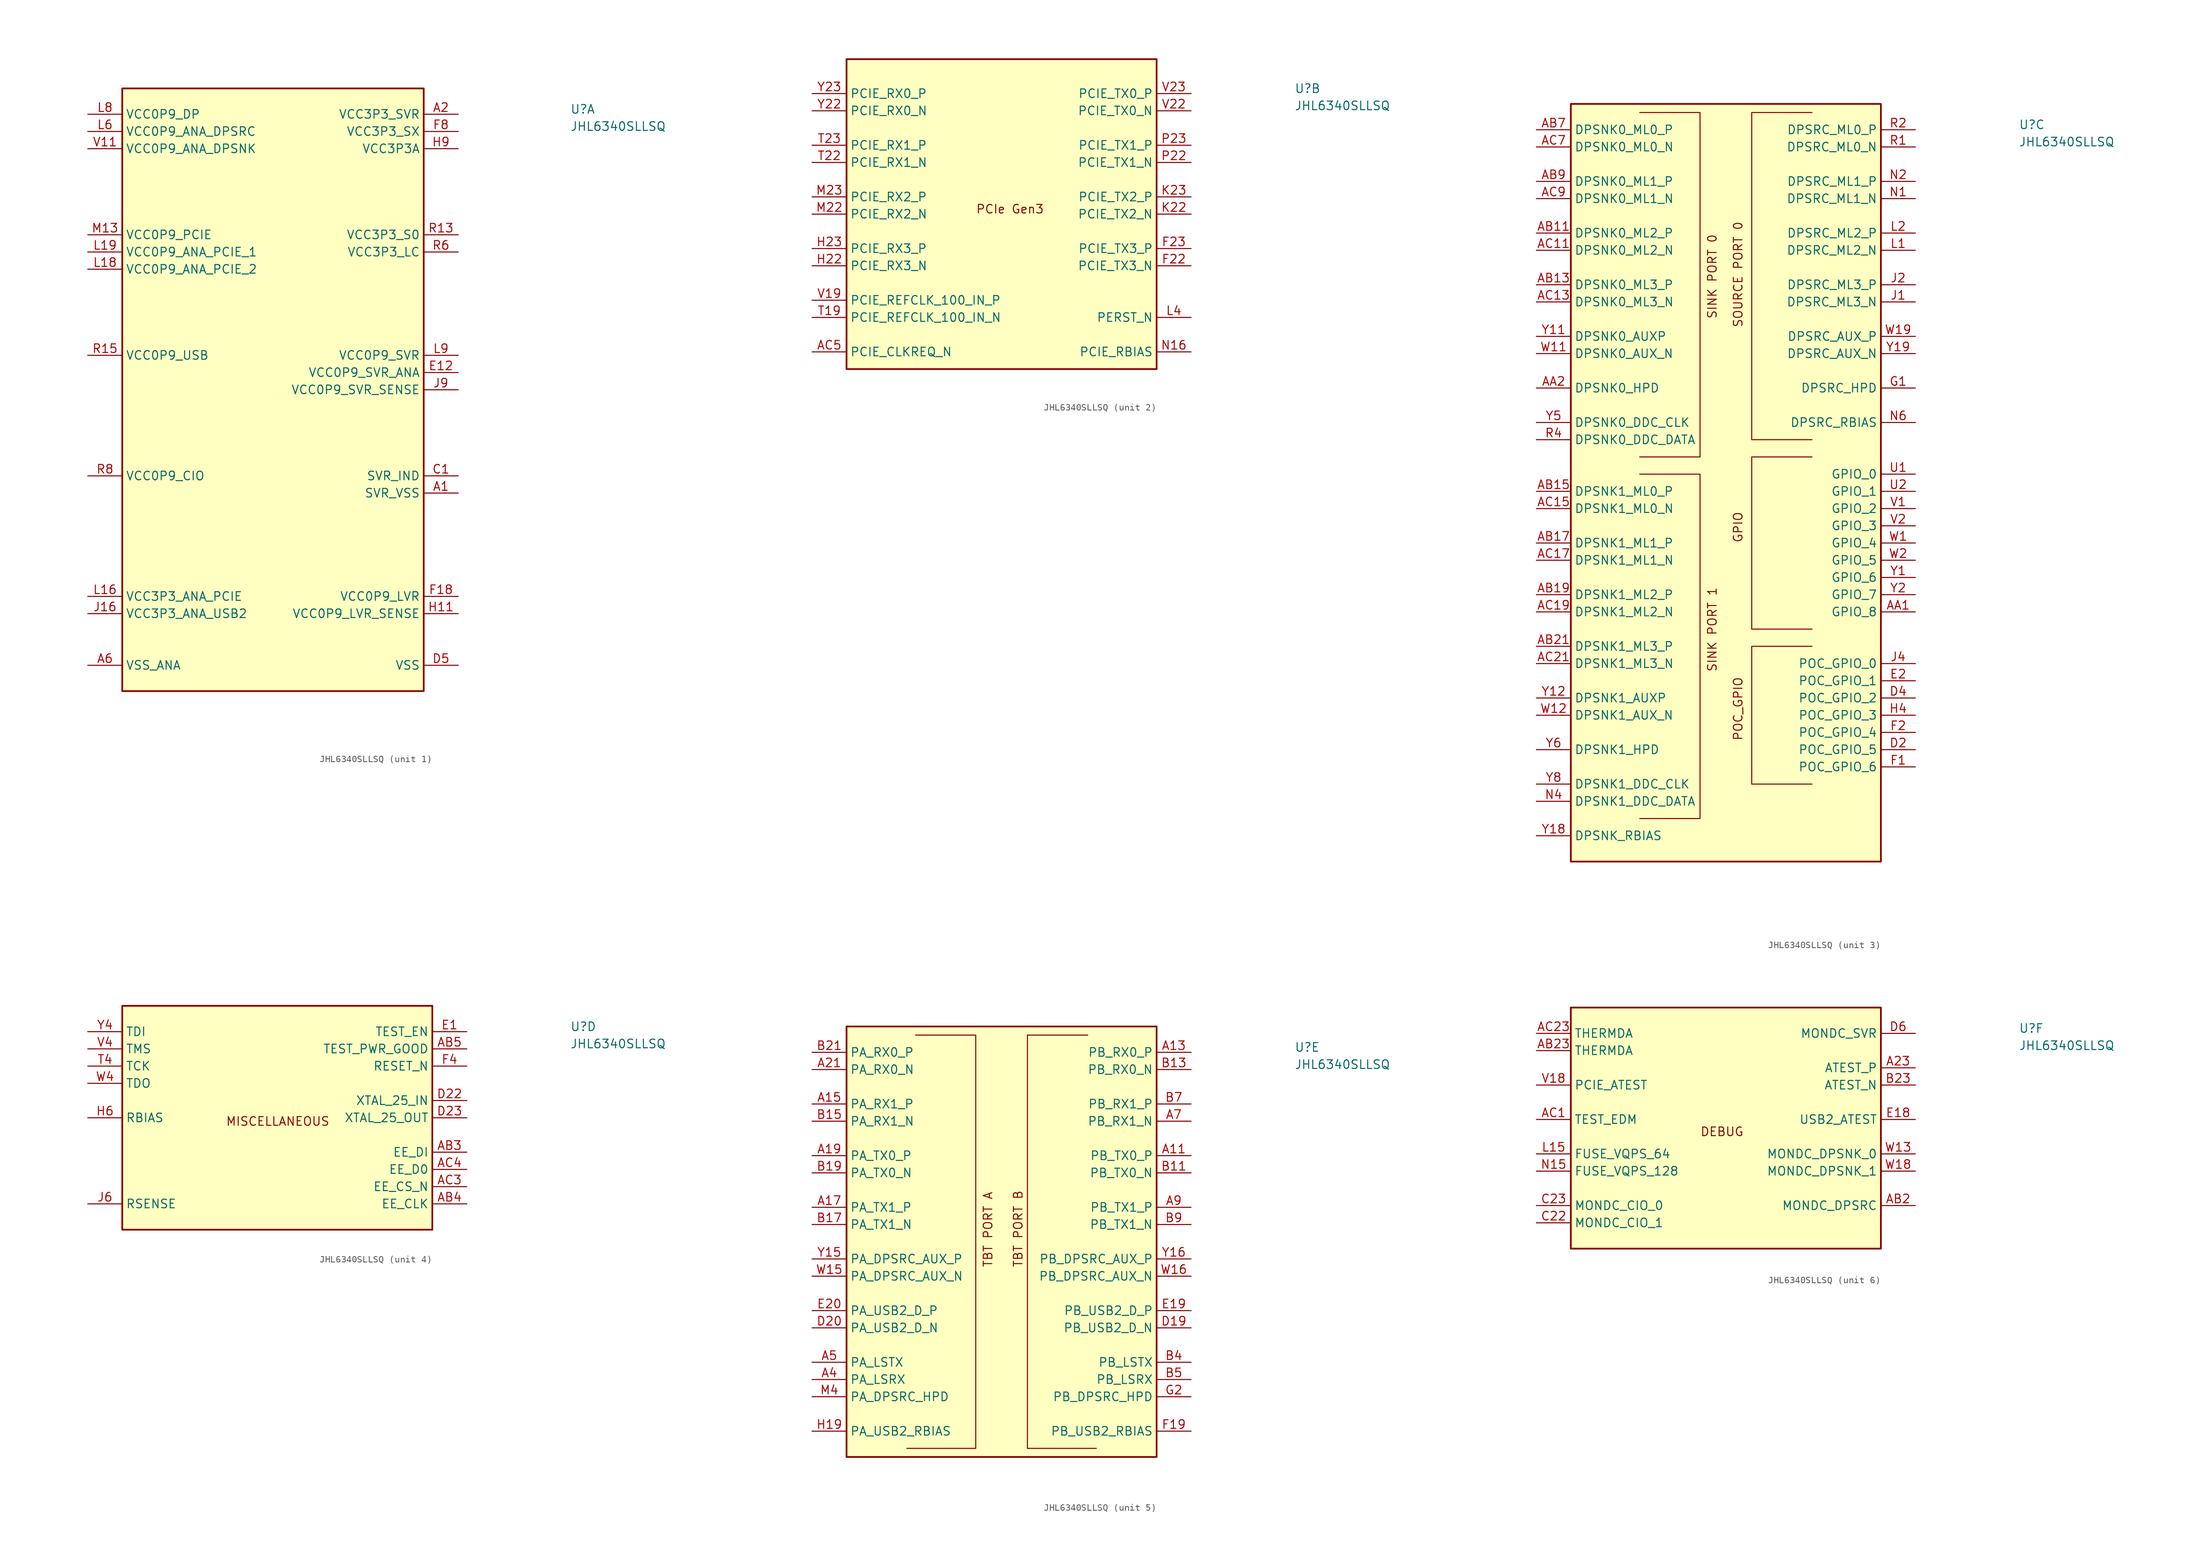
<source format=kicad_sym>
(kicad_symbol_lib
  (version 20211014)
  (generator kicad_symbol_editor)
  (symbol "JHL6340SLLSQ"
    (property "Reference" "U"
      (at 71.12 0 0)
      (effects (font (size 1.27 1.27) (thickness 0.15)) (justify left bottom)))
    (property "Value" "JHL6340SLLSQ"
      (at 71.12 -2.54 0)
      (effects (font (size 1.27 1.27) (thickness 0.15)) (justify left bottom)))
    (property "ki_locked" ""
      (at 0 0 0)
      (effects (font (size 1.27 1.27))))
    (symbol "JHL6340SLLSQ_1_0"
      (rectangle (start 5.08 3.81) (end 49.53 -85.09) (stroke (width 0.254) (type default) (color 0 0 0 0)) (fill (type background))))
    (symbol "JHL6340SLLSQ_1_1"
      (pin power_in line (at 54.61 -55.88 180) (length 5.08) (name "SVR_VSS" (effects (font (size 1.27 1.27)))) (number "A1" (effects (font (size 1.27 1.27)))))
      (pin passive line (at 0 -81.28 0) (length 5.08) hide (name "VSS_ANA" (effects (font (size 1.27 1.27)))) (number "A10" (effects (font (size 1.27 1.27)))))
      (pin passive line (at 0 -81.28 0) (length 5.08) hide (name "VSS_ANA" (effects (font (size 1.27 1.27)))) (number "A12" (effects (font (size 1.27 1.27)))))
      (pin passive line (at 0 -81.28 0) (length 5.08) hide (name "VSS_ANA" (effects (font (size 1.27 1.27)))) (number "A14" (effects (font (size 1.27 1.27)))))
      (pin passive line (at 0 -81.28 0) (length 5.08) hide (name "VSS_ANA" (effects (font (size 1.27 1.27)))) (number "A16" (effects (font (size 1.27 1.27)))))
      (pin passive line (at 0 -81.28 0) (length 5.08) hide (name "VSS_ANA" (effects (font (size 1.27 1.27)))) (number "A18" (effects (font (size 1.27 1.27)))))
      (pin power_in line (at 54.61 0 180) (length 5.08) (name "VCC3P3_SVR" (effects (font (size 1.27 1.27)))) (number "A2" (effects (font (size 1.27 1.27)))))
      (pin passive line (at 0 -81.28 0) (length 5.08) hide (name "VSS_ANA" (effects (font (size 1.27 1.27)))) (number "A20" (effects (font (size 1.27 1.27)))))
      (pin passive line (at 0 -81.28 0) (length 5.08) hide (name "VSS_ANA" (effects (font (size 1.27 1.27)))) (number "A22" (effects (font (size 1.27 1.27)))))
      (pin power_in line (at 54.61 0 180) (length 5.08) hide (name "VCC3P3_SVR" (effects (font (size 1.27 1.27)))) (number "A3" (effects (font (size 1.27 1.27)))))
      (pin power_in line (at 0 -81.28 0) (length 5.08) (name "VSS_ANA" (effects (font (size 1.27 1.27)))) (number "A6" (effects (font (size 1.27 1.27)))))
      (pin passive line (at 0 -81.28 0) (length 5.08) hide (name "VSS_ANA" (effects (font (size 1.27 1.27)))) (number "A8" (effects (font (size 1.27 1.27)))))
      (pin passive line (at 0 -81.28 0) (length 5.08) hide (name "VSS_ANA" (effects (font (size 1.27 1.27)))) (number "AA22" (effects (font (size 1.27 1.27)))))
      (pin passive line (at 0 -81.28 0) (length 5.08) hide (name "VSS_ANA" (effects (font (size 1.27 1.27)))) (number "AA23" (effects (font (size 1.27 1.27)))))
      (pin passive line (at 54.61 -81.28 180) (length 5.08) hide (name "VSS" (effects (font (size 1.27 1.27)))) (number "AB1" (effects (font (size 1.27 1.27)))))
      (pin passive line (at 0 -81.28 0) (length 5.08) hide (name "VSS_ANA" (effects (font (size 1.27 1.27)))) (number "AB10" (effects (font (size 1.27 1.27)))))
      (pin passive line (at 0 -81.28 0) (length 5.08) hide (name "VSS_ANA" (effects (font (size 1.27 1.27)))) (number "AB12" (effects (font (size 1.27 1.27)))))
      (pin passive line (at 0 -81.28 0) (length 5.08) hide (name "VSS_ANA" (effects (font (size 1.27 1.27)))) (number "AB14" (effects (font (size 1.27 1.27)))))
      (pin passive line (at 0 -81.28 0) (length 5.08) hide (name "VSS_ANA" (effects (font (size 1.27 1.27)))) (number "AB16" (effects (font (size 1.27 1.27)))))
      (pin passive line (at 0 -81.28 0) (length 5.08) hide (name "VSS_ANA" (effects (font (size 1.27 1.27)))) (number "AB18" (effects (font (size 1.27 1.27)))))
      (pin passive line (at 0 -81.28 0) (length 5.08) hide (name "VSS_ANA" (effects (font (size 1.27 1.27)))) (number "AB20" (effects (font (size 1.27 1.27)))))
      (pin passive line (at 0 -81.28 0) (length 5.08) hide (name "VSS_ANA" (effects (font (size 1.27 1.27)))) (number "AB22" (effects (font (size 1.27 1.27)))))
      (pin passive line (at 0 -81.28 0) (length 5.08) hide (name "VSS_ANA" (effects (font (size 1.27 1.27)))) (number "AB6" (effects (font (size 1.27 1.27)))))
      (pin passive line (at 0 -81.28 0) (length 5.08) hide (name "VSS_ANA" (effects (font (size 1.27 1.27)))) (number "AB8" (effects (font (size 1.27 1.27)))))
      (pin passive line (at 0 -81.28 0) (length 5.08) hide (name "VSS_ANA" (effects (font (size 1.27 1.27)))) (number "AC10" (effects (font (size 1.27 1.27)))))
      (pin passive line (at 0 -81.28 0) (length 5.08) hide (name "VSS_ANA" (effects (font (size 1.27 1.27)))) (number "AC12" (effects (font (size 1.27 1.27)))))
      (pin passive line (at 0 -81.28 0) (length 5.08) hide (name "VSS_ANA" (effects (font (size 1.27 1.27)))) (number "AC14" (effects (font (size 1.27 1.27)))))
      (pin passive line (at 0 -81.28 0) (length 5.08) hide (name "VSS_ANA" (effects (font (size 1.27 1.27)))) (number "AC16" (effects (font (size 1.27 1.27)))))
      (pin passive line (at 0 -81.28 0) (length 5.08) hide (name "VSS_ANA" (effects (font (size 1.27 1.27)))) (number "AC18" (effects (font (size 1.27 1.27)))))
      (pin passive line (at 54.61 -81.28 180) (length 5.08) hide (name "VSS" (effects (font (size 1.27 1.27)))) (number "AC2" (effects (font (size 1.27 1.27)))))
      (pin passive line (at 0 -81.28 0) (length 5.08) hide (name "VSS_ANA" (effects (font (size 1.27 1.27)))) (number "AC20" (effects (font (size 1.27 1.27)))))
      (pin passive line (at 0 -81.28 0) (length 5.08) hide (name "VSS_ANA" (effects (font (size 1.27 1.27)))) (number "AC22" (effects (font (size 1.27 1.27)))))
      (pin passive line (at 0 -81.28 0) (length 5.08) hide (name "VSS_ANA" (effects (font (size 1.27 1.27)))) (number "AC6" (effects (font (size 1.27 1.27)))))
      (pin passive line (at 0 -81.28 0) (length 5.08) hide (name "VSS_ANA" (effects (font (size 1.27 1.27)))) (number "AC8" (effects (font (size 1.27 1.27)))))
      (pin power_in line (at 54.61 -55.88 180) (length 5.08) hide (name "SVR_VSS" (effects (font (size 1.27 1.27)))) (number "B1" (effects (font (size 1.27 1.27)))))
      (pin passive line (at 0 -81.28 0) (length 5.08) hide (name "VSS_ANA" (effects (font (size 1.27 1.27)))) (number "B10" (effects (font (size 1.27 1.27)))))
      (pin passive line (at 0 -81.28 0) (length 5.08) hide (name "VSS_ANA" (effects (font (size 1.27 1.27)))) (number "B12" (effects (font (size 1.27 1.27)))))
      (pin passive line (at 0 -81.28 0) (length 5.08) hide (name "VSS_ANA" (effects (font (size 1.27 1.27)))) (number "B14" (effects (font (size 1.27 1.27)))))
      (pin passive line (at 0 -81.28 0) (length 5.08) hide (name "VSS_ANA" (effects (font (size 1.27 1.27)))) (number "B16" (effects (font (size 1.27 1.27)))))
      (pin passive line (at 0 -81.28 0) (length 5.08) hide (name "VSS_ANA" (effects (font (size 1.27 1.27)))) (number "B18" (effects (font (size 1.27 1.27)))))
      (pin power_in line (at 54.61 -55.88 180) (length 5.08) hide (name "SVR_VSS" (effects (font (size 1.27 1.27)))) (number "B2" (effects (font (size 1.27 1.27)))))
      (pin passive line (at 0 -81.28 0) (length 5.08) hide (name "VSS_ANA" (effects (font (size 1.27 1.27)))) (number "B20" (effects (font (size 1.27 1.27)))))
      (pin passive line (at 0 -81.28 0) (length 5.08) hide (name "VSS_ANA" (effects (font (size 1.27 1.27)))) (number "B22" (effects (font (size 1.27 1.27)))))
      (pin power_in line (at 54.61 0 180) (length 5.08) hide (name "VCC3P3_SVR" (effects (font (size 1.27 1.27)))) (number "B3" (effects (font (size 1.27 1.27)))))
      (pin passive line (at 0 -81.28 0) (length 5.08) hide (name "VSS_ANA" (effects (font (size 1.27 1.27)))) (number "B6" (effects (font (size 1.27 1.27)))))
      (pin passive line (at 0 -81.28 0) (length 5.08) hide (name "VSS_ANA" (effects (font (size 1.27 1.27)))) (number "B8" (effects (font (size 1.27 1.27)))))
      (pin power_out line (at 54.61 -53.34 180) (length 5.08) (name "SVR_IND" (effects (font (size 1.27 1.27)))) (number "C1" (effects (font (size 1.27 1.27)))))
      (pin power_out line (at 54.61 -53.34 180) (length 5.08) hide (name "SVR_IND" (effects (font (size 1.27 1.27)))) (number "C2" (effects (font (size 1.27 1.27)))))
      (pin power_out line (at 54.61 -53.34 180) (length 5.08) hide (name "SVR_IND" (effects (font (size 1.27 1.27)))) (number "D1" (effects (font (size 1.27 1.27)))))
      (pin passive line (at 0 -81.28 0) (length 5.08) hide (name "VSS_ANA" (effects (font (size 1.27 1.27)))) (number "D11" (effects (font (size 1.27 1.27)))))
      (pin passive line (at 0 -81.28 0) (length 5.08) hide (name "VSS_ANA" (effects (font (size 1.27 1.27)))) (number "D12" (effects (font (size 1.27 1.27)))))
      (pin passive line (at 0 -81.28 0) (length 5.08) hide (name "VSS_ANA" (effects (font (size 1.27 1.27)))) (number "D13" (effects (font (size 1.27 1.27)))))
      (pin passive line (at 0 -81.28 0) (length 5.08) hide (name "VSS_ANA" (effects (font (size 1.27 1.27)))) (number "D15" (effects (font (size 1.27 1.27)))))
      (pin passive line (at 0 -81.28 0) (length 5.08) hide (name "VSS_ANA" (effects (font (size 1.27 1.27)))) (number "D16" (effects (font (size 1.27 1.27)))))
      (pin passive line (at 0 -81.28 0) (length 5.08) hide (name "VSS_ANA" (effects (font (size 1.27 1.27)))) (number "D18" (effects (font (size 1.27 1.27)))))
      (pin power_in line (at 54.61 -81.28 180) (length 5.08) (name "VSS" (effects (font (size 1.27 1.27)))) (number "D5" (effects (font (size 1.27 1.27)))))
      (pin passive line (at 0 -81.28 0) (length 5.08) hide (name "VSS_ANA" (effects (font (size 1.27 1.27)))) (number "D8" (effects (font (size 1.27 1.27)))))
      (pin passive line (at 0 -81.28 0) (length 5.08) hide (name "VSS_ANA" (effects (font (size 1.27 1.27)))) (number "D9" (effects (font (size 1.27 1.27)))))
      (pin passive line (at 0 -81.28 0) (length 5.08) hide (name "VSS_ANA" (effects (font (size 1.27 1.27)))) (number "E11" (effects (font (size 1.27 1.27)))))
      (pin power_in line (at 54.61 -38.1 180) (length 5.08) (name "VCC0P9_SVR_ANA" (effects (font (size 1.27 1.27)))) (number "E12" (effects (font (size 1.27 1.27)))))
      (pin power_in line (at 54.61 -38.1 180) (length 5.08) hide (name "VCC0P9_SVR_ANA" (effects (font (size 1.27 1.27)))) (number "E13" (effects (font (size 1.27 1.27)))))
      (pin passive line (at 0 -81.28 0) (length 5.08) hide (name "VSS_ANA" (effects (font (size 1.27 1.27)))) (number "E15" (effects (font (size 1.27 1.27)))))
      (pin passive line (at 0 -81.28 0) (length 5.08) hide (name "VSS_ANA" (effects (font (size 1.27 1.27)))) (number "E16" (effects (font (size 1.27 1.27)))))
      (pin passive line (at 0 -81.28 0) (length 5.08) hide (name "VSS_ANA" (effects (font (size 1.27 1.27)))) (number "E22" (effects (font (size 1.27 1.27)))))
      (pin passive line (at 0 -81.28 0) (length 5.08) hide (name "VSS_ANA" (effects (font (size 1.27 1.27)))) (number "E23" (effects (font (size 1.27 1.27)))))
      (pin passive line (at 54.61 -81.28 180) (length 5.08) hide (name "VSS" (effects (font (size 1.27 1.27)))) (number "E4" (effects (font (size 1.27 1.27)))))
      (pin passive line (at 54.61 -81.28 180) (length 5.08) hide (name "VSS" (effects (font (size 1.27 1.27)))) (number "E5" (effects (font (size 1.27 1.27)))))
      (pin passive line (at 54.61 -81.28 180) (length 5.08) hide (name "VSS" (effects (font (size 1.27 1.27)))) (number "E6" (effects (font (size 1.27 1.27)))))
      (pin passive line (at 0 -81.28 0) (length 5.08) hide (name "VSS_ANA" (effects (font (size 1.27 1.27)))) (number "E8" (effects (font (size 1.27 1.27)))))
      (pin passive line (at 0 -81.28 0) (length 5.08) hide (name "VSS_ANA" (effects (font (size 1.27 1.27)))) (number "E9" (effects (font (size 1.27 1.27)))))
      (pin power_in line (at 54.61 -38.1 180) (length 5.08) hide (name "VCC0P9_SVR_ANA" (effects (font (size 1.27 1.27)))) (number "F11" (effects (font (size 1.27 1.27)))))
      (pin power_in line (at 54.61 -38.1 180) (length 5.08) hide (name "VCC0P9_SVR_ANA" (effects (font (size 1.27 1.27)))) (number "F12" (effects (font (size 1.27 1.27)))))
      (pin power_in line (at 54.61 -38.1 180) (length 5.08) hide (name "VCC0P9_SVR_ANA" (effects (font (size 1.27 1.27)))) (number "F13" (effects (font (size 1.27 1.27)))))
      (pin power_in line (at 54.61 -38.1 180) (length 5.08) hide (name "VCC0P9_SVR_ANA" (effects (font (size 1.27 1.27)))) (number "F15" (effects (font (size 1.27 1.27)))))
      (pin passive line (at 0 -81.28 0) (length 5.08) hide (name "VSS_ANA" (effects (font (size 1.27 1.27)))) (number "F16" (effects (font (size 1.27 1.27)))))
      (pin power_in line (at 54.61 -71.12 180) (length 5.08) (name "VCC0P9_LVR" (effects (font (size 1.27 1.27)))) (number "F18" (effects (font (size 1.27 1.27)))))
      (pin passive line (at 0 -81.28 0) (length 5.08) hide (name "VSS_ANA" (effects (font (size 1.27 1.27)))) (number "F20" (effects (font (size 1.27 1.27)))))
      (pin passive line (at 54.61 -81.28 180) (length 5.08) hide (name "VSS" (effects (font (size 1.27 1.27)))) (number "F5" (effects (font (size 1.27 1.27)))))
      (pin passive line (at 54.61 -81.28 180) (length 5.08) hide (name "VSS" (effects (font (size 1.27 1.27)))) (number "F6" (effects (font (size 1.27 1.27)))))
      (pin power_in line (at 54.61 -2.54 180) (length 5.08) (name "VCC3P3_SX" (effects (font (size 1.27 1.27)))) (number "F8" (effects (font (size 1.27 1.27)))))
      (pin passive line (at 0 -81.28 0) (length 5.08) hide (name "VSS_ANA" (effects (font (size 1.27 1.27)))) (number "F9" (effects (font (size 1.27 1.27)))))
      (pin passive line (at 0 -81.28 0) (length 5.08) hide (name "VSS_ANA" (effects (font (size 1.27 1.27)))) (number "G22" (effects (font (size 1.27 1.27)))))
      (pin passive line (at 0 -81.28 0) (length 5.08) hide (name "VSS_ANA" (effects (font (size 1.27 1.27)))) (number "G23" (effects (font (size 1.27 1.27)))))
      (pin passive line (at 0 -81.28 0) (length 5.08) hide (name "VSS_ANA" (effects (font (size 1.27 1.27)))) (number "H1" (effects (font (size 1.27 1.27)))))
      (pin power_in line (at 54.61 -73.66 180) (length 5.08) (name "VCC0P9_LVR_SENSE" (effects (font (size 1.27 1.27)))) (number "H11" (effects (font (size 1.27 1.27)))))
      (pin passive line (at 0 -81.28 0) (length 5.08) hide (name "VSS_ANA" (effects (font (size 1.27 1.27)))) (number "H12" (effects (font (size 1.27 1.27)))))
      (pin passive line (at 0 -81.28 0) (length 5.08) hide (name "VSS_ANA" (effects (font (size 1.27 1.27)))) (number "H13" (effects (font (size 1.27 1.27)))))
      (pin passive line (at 0 -81.28 0) (length 5.08) hide (name "VSS_ANA" (effects (font (size 1.27 1.27)))) (number "H15" (effects (font (size 1.27 1.27)))))
      (pin passive line (at 0 -81.28 0) (length 5.08) hide (name "VSS_ANA" (effects (font (size 1.27 1.27)))) (number "H16" (effects (font (size 1.27 1.27)))))
      (pin power_in line (at 54.61 -71.12 180) (length 5.08) hide (name "VCC0P9_LVR" (effects (font (size 1.27 1.27)))) (number "H18" (effects (font (size 1.27 1.27)))))
      (pin passive line (at 0 -81.28 0) (length 5.08) hide (name "VSS_ANA" (effects (font (size 1.27 1.27)))) (number "H2" (effects (font (size 1.27 1.27)))))
      (pin passive line (at 0 -81.28 0) (length 5.08) hide (name "VSS_ANA" (effects (font (size 1.27 1.27)))) (number "H20" (effects (font (size 1.27 1.27)))))
      (pin passive line (at 54.61 -81.28 180) (length 5.08) hide (name "VSS" (effects (font (size 1.27 1.27)))) (number "H5" (effects (font (size 1.27 1.27)))))
      (pin passive line (at 54.61 -81.28 180) (length 5.08) hide (name "VSS" (effects (font (size 1.27 1.27)))) (number "H8" (effects (font (size 1.27 1.27)))))
      (pin power_in line (at 54.61 -5.08 180) (length 5.08) (name "VCC3P3A" (effects (font (size 1.27 1.27)))) (number "H9" (effects (font (size 1.27 1.27)))))
      (pin power_in line (at 54.61 -71.12 180) (length 5.08) hide (name "VCC0P9_LVR" (effects (font (size 1.27 1.27)))) (number "J11" (effects (font (size 1.27 1.27)))))
      (pin passive line (at 54.61 -81.28 180) (length 5.08) hide (name "VSS" (effects (font (size 1.27 1.27)))) (number "J12" (effects (font (size 1.27 1.27)))))
      (pin passive line (at 54.61 -81.28 180) (length 5.08) hide (name "VSS" (effects (font (size 1.27 1.27)))) (number "J13" (effects (font (size 1.27 1.27)))))
      (pin passive line (at 54.61 -81.28 180) (length 5.08) hide (name "VSS" (effects (font (size 1.27 1.27)))) (number "J15" (effects (font (size 1.27 1.27)))))
      (pin power_in line (at 0 -73.66 0) (length 5.08) (name "VCC3P3_ANA_USB2" (effects (font (size 1.27 1.27)))) (number "J16" (effects (font (size 1.27 1.27)))))
      (pin passive line (at 0 -81.28 0) (length 5.08) hide (name "VSS_ANA" (effects (font (size 1.27 1.27)))) (number "J18" (effects (font (size 1.27 1.27)))))
      (pin passive line (at 0 -81.28 0) (length 5.08) hide (name "VSS_ANA" (effects (font (size 1.27 1.27)))) (number "J19" (effects (font (size 1.27 1.27)))))
      (pin passive line (at 0 -81.28 0) (length 5.08) hide (name "VSS_ANA" (effects (font (size 1.27 1.27)))) (number "J20" (effects (font (size 1.27 1.27)))))
      (pin passive line (at 0 -81.28 0) (length 5.08) hide (name "VSS_ANA" (effects (font (size 1.27 1.27)))) (number "J22" (effects (font (size 1.27 1.27)))))
      (pin passive line (at 0 -81.28 0) (length 5.08) hide (name "VSS_ANA" (effects (font (size 1.27 1.27)))) (number "J23" (effects (font (size 1.27 1.27)))))
      (pin passive line (at 0 -81.28 0) (length 5.08) hide (name "VSS_ANA" (effects (font (size 1.27 1.27)))) (number "J5" (effects (font (size 1.27 1.27)))))
      (pin passive line (at 54.61 -81.28 180) (length 5.08) hide (name "VSS" (effects (font (size 1.27 1.27)))) (number "J8" (effects (font (size 1.27 1.27)))))
      (pin power_in line (at 54.61 -40.64 180) (length 5.08) (name "VCC0P9_SVR_SENSE" (effects (font (size 1.27 1.27)))) (number "J9" (effects (font (size 1.27 1.27)))))
      (pin passive line (at 0 -81.28 0) (length 5.08) hide (name "VSS_ANA" (effects (font (size 1.27 1.27)))) (number "K1" (effects (font (size 1.27 1.27)))))
      (pin passive line (at 0 -81.28 0) (length 5.08) hide (name "VSS_ANA" (effects (font (size 1.27 1.27)))) (number "K2" (effects (font (size 1.27 1.27)))))
      (pin power_in line (at 0 0 0) (length 5.08) hide (name "VCC0P9_DP" (effects (font (size 1.27 1.27)))) (number "L11" (effects (font (size 1.27 1.27)))))
      (pin power_in line (at 0 0 0) (length 5.08) hide (name "VCC0P9_DP" (effects (font (size 1.27 1.27)))) (number "L12" (effects (font (size 1.27 1.27)))))
      (pin passive line (at 54.61 -81.28 180) (length 5.08) hide (name "VSS" (effects (font (size 1.27 1.27)))) (number "L13" (effects (font (size 1.27 1.27)))))
      (pin power_in line (at 0 -71.12 0) (length 5.08) (name "VCC3P3_ANA_PCIE" (effects (font (size 1.27 1.27)))) (number "L16" (effects (font (size 1.27 1.27)))))
      (pin power_in line (at 0 -22.86 0) (length 5.08) (name "VCC0P9_ANA_PCIE_2" (effects (font (size 1.27 1.27)))) (number "L18" (effects (font (size 1.27 1.27)))))
      (pin power_in line (at 0 -20.32 0) (length 5.08) (name "VCC0P9_ANA_PCIE_1" (effects (font (size 1.27 1.27)))) (number "L19" (effects (font (size 1.27 1.27)))))
      (pin passive line (at 0 -81.28 0) (length 5.08) hide (name "VSS_ANA" (effects (font (size 1.27 1.27)))) (number "L20" (effects (font (size 1.27 1.27)))))
      (pin passive line (at 0 -81.28 0) (length 5.08) hide (name "VSS_ANA" (effects (font (size 1.27 1.27)))) (number "L22" (effects (font (size 1.27 1.27)))))
      (pin passive line (at 0 -81.28 0) (length 5.08) hide (name "VSS_ANA" (effects (font (size 1.27 1.27)))) (number "L23" (effects (font (size 1.27 1.27)))))
      (pin passive line (at 0 -81.28 0) (length 5.08) hide (name "VSS_ANA" (effects (font (size 1.27 1.27)))) (number "L5" (effects (font (size 1.27 1.27)))))
      (pin power_in line (at 0 -2.54 0) (length 5.08) (name "VCC0P9_ANA_DPSRC" (effects (font (size 1.27 1.27)))) (number "L6" (effects (font (size 1.27 1.27)))))
      (pin power_in line (at 0 0 0) (length 5.08) (name "VCC0P9_DP" (effects (font (size 1.27 1.27)))) (number "L8" (effects (font (size 1.27 1.27)))))
      (pin power_in line (at 54.61 -35.56 180) (length 5.08) (name "VCC0P9_SVR" (effects (font (size 1.27 1.27)))) (number "L9" (effects (font (size 1.27 1.27)))))
      (pin passive line (at 0 -81.28 0) (length 5.08) hide (name "VSS_ANA" (effects (font (size 1.27 1.27)))) (number "M1" (effects (font (size 1.27 1.27)))))
      (pin passive line (at 54.61 -81.28 180) (length 5.08) hide (name "VSS" (effects (font (size 1.27 1.27)))) (number "M11" (effects (font (size 1.27 1.27)))))
      (pin passive line (at 54.61 -81.28 180) (length 5.08) hide (name "VSS" (effects (font (size 1.27 1.27)))) (number "M12" (effects (font (size 1.27 1.27)))))
      (pin power_in line (at 0 -17.78 0) (length 5.08) (name "VCC0P9_PCIE" (effects (font (size 1.27 1.27)))) (number "M13" (effects (font (size 1.27 1.27)))))
      (pin power_in line (at 0 -17.78 0) (length 5.08) hide (name "VCC0P9_PCIE" (effects (font (size 1.27 1.27)))) (number "M15" (effects (font (size 1.27 1.27)))))
      (pin power_in line (at 0 -17.78 0) (length 5.08) hide (name "VCC0P9_PCIE" (effects (font (size 1.27 1.27)))) (number "M16" (effects (font (size 1.27 1.27)))))
      (pin power_in line (at 0 -22.86 0) (length 5.08) hide (name "VCC0P9_ANA_PCIE_2" (effects (font (size 1.27 1.27)))) (number "M18" (effects (font (size 1.27 1.27)))))
      (pin passive line (at 0 -81.28 0) (length 5.08) hide (name "VSS_ANA" (effects (font (size 1.27 1.27)))) (number "M19" (effects (font (size 1.27 1.27)))))
      (pin passive line (at 0 -81.28 0) (length 5.08) hide (name "VSS_ANA" (effects (font (size 1.27 1.27)))) (number "M2" (effects (font (size 1.27 1.27)))))
      (pin passive line (at 0 -81.28 0) (length 5.08) hide (name "VSS_ANA" (effects (font (size 1.27 1.27)))) (number "M20" (effects (font (size 1.27 1.27)))))
      (pin passive line (at 0 -81.28 0) (length 5.08) hide (name "VSS_ANA" (effects (font (size 1.27 1.27)))) (number "M5" (effects (font (size 1.27 1.27)))))
      (pin power_in line (at 0 -2.54 0) (length 5.08) hide (name "VCC0P9_ANA_DPSRC" (effects (font (size 1.27 1.27)))) (number "M6" (effects (font (size 1.27 1.27)))))
      (pin power_in line (at 0 0 0) (length 5.08) hide (name "VCC0P9_DP" (effects (font (size 1.27 1.27)))) (number "M8" (effects (font (size 1.27 1.27)))))
      (pin power_in line (at 54.61 -35.56 180) (length 5.08) hide (name "VCC0P9_SVR" (effects (font (size 1.27 1.27)))) (number "M9" (effects (font (size 1.27 1.27)))))
      (pin passive line (at 54.61 -81.28 180) (length 5.08) hide (name "VSS" (effects (font (size 1.27 1.27)))) (number "N11" (effects (font (size 1.27 1.27)))))
      (pin passive line (at 54.61 -81.28 180) (length 5.08) hide (name "VSS" (effects (font (size 1.27 1.27)))) (number "N12" (effects (font (size 1.27 1.27)))))
      (pin passive line (at 54.61 -81.28 180) (length 5.08) hide (name "VSS" (effects (font (size 1.27 1.27)))) (number "N13" (effects (font (size 1.27 1.27)))))
      (pin power_in line (at 0 -22.86 0) (length 5.08) hide (name "VCC0P9_ANA_PCIE_2" (effects (font (size 1.27 1.27)))) (number "N18" (effects (font (size 1.27 1.27)))))
      (pin power_in line (at 0 -20.32 0) (length 5.08) hide (name "VCC0P9_ANA_PCIE_1" (effects (font (size 1.27 1.27)))) (number "N19" (effects (font (size 1.27 1.27)))))
      (pin passive line (at 0 -81.28 0) (length 5.08) hide (name "VSS_ANA" (effects (font (size 1.27 1.27)))) (number "N20" (effects (font (size 1.27 1.27)))))
      (pin passive line (at 0 -81.28 0) (length 5.08) hide (name "VSS_ANA" (effects (font (size 1.27 1.27)))) (number "N22" (effects (font (size 1.27 1.27)))))
      (pin passive line (at 0 -81.28 0) (length 5.08) hide (name "VSS_ANA" (effects (font (size 1.27 1.27)))) (number "N23" (effects (font (size 1.27 1.27)))))
      (pin passive line (at 0 -81.28 0) (length 5.08) hide (name "VSS_ANA" (effects (font (size 1.27 1.27)))) (number "N5" (effects (font (size 1.27 1.27)))))
      (pin passive line (at 54.61 -81.28 180) (length 5.08) hide (name "VSS" (effects (font (size 1.27 1.27)))) (number "N8" (effects (font (size 1.27 1.27)))))
      (pin passive line (at 54.61 -81.28 180) (length 5.08) hide (name "VSS" (effects (font (size 1.27 1.27)))) (number "N9" (effects (font (size 1.27 1.27)))))
      (pin passive line (at 0 -81.28 0) (length 5.08) hide (name "VSS_ANA" (effects (font (size 1.27 1.27)))) (number "P1" (effects (font (size 1.27 1.27)))))
      (pin passive line (at 0 -81.28 0) (length 5.08) hide (name "VSS_ANA" (effects (font (size 1.27 1.27)))) (number "P2" (effects (font (size 1.27 1.27)))))
      (pin power_in line (at 0 -53.34 0) (length 5.08) hide (name "VCC0P9_CIO" (effects (font (size 1.27 1.27)))) (number "R11" (effects (font (size 1.27 1.27)))))
      (pin power_in line (at 0 -53.34 0) (length 5.08) hide (name "VCC0P9_CIO" (effects (font (size 1.27 1.27)))) (number "R12" (effects (font (size 1.27 1.27)))))
      (pin power_in line (at 54.61 -17.78 180) (length 5.08) (name "VCC3P3_S0" (effects (font (size 1.27 1.27)))) (number "R13" (effects (font (size 1.27 1.27)))))
      (pin power_in line (at 0 -35.56 0) (length 5.08) (name "VCC0P9_USB" (effects (font (size 1.27 1.27)))) (number "R15" (effects (font (size 1.27 1.27)))))
      (pin power_in line (at 0 -35.56 0) (length 5.08) hide (name "VCC0P9_USB" (effects (font (size 1.27 1.27)))) (number "R16" (effects (font (size 1.27 1.27)))))
      (pin passive line (at 0 -81.28 0) (length 5.08) hide (name "VSS_ANA" (effects (font (size 1.27 1.27)))) (number "R18" (effects (font (size 1.27 1.27)))))
      (pin passive line (at 0 -81.28 0) (length 5.08) hide (name "VSS_ANA" (effects (font (size 1.27 1.27)))) (number "R19" (effects (font (size 1.27 1.27)))))
      (pin passive line (at 0 -81.28 0) (length 5.08) hide (name "VSS_ANA" (effects (font (size 1.27 1.27)))) (number "R20" (effects (font (size 1.27 1.27)))))
      (pin passive line (at 0 -81.28 0) (length 5.08) hide (name "VSS_ANA" (effects (font (size 1.27 1.27)))) (number "R22" (effects (font (size 1.27 1.27)))))
      (pin passive line (at 0 -81.28 0) (length 5.08) hide (name "VSS_ANA" (effects (font (size 1.27 1.27)))) (number "R23" (effects (font (size 1.27 1.27)))))
      (pin passive line (at 0 -81.28 0) (length 5.08) hide (name "VSS_ANA" (effects (font (size 1.27 1.27)))) (number "R5" (effects (font (size 1.27 1.27)))))
      (pin power_in line (at 54.61 -20.32 180) (length 5.08) (name "VCC3P3_LC" (effects (font (size 1.27 1.27)))) (number "R6" (effects (font (size 1.27 1.27)))))
      (pin power_in line (at 0 -53.34 0) (length 5.08) (name "VCC0P9_CIO" (effects (font (size 1.27 1.27)))) (number "R8" (effects (font (size 1.27 1.27)))))
      (pin power_in line (at 0 -53.34 0) (length 5.08) hide (name "VCC0P9_CIO" (effects (font (size 1.27 1.27)))) (number "R9" (effects (font (size 1.27 1.27)))))
      (pin passive line (at 0 -81.28 0) (length 5.08) hide (name "VSS_ANA" (effects (font (size 1.27 1.27)))) (number "T1" (effects (font (size 1.27 1.27)))))
      (pin power_in line (at 0 0 0) (length 5.08) hide (name "VCC0P9_DP" (effects (font (size 1.27 1.27)))) (number "T11" (effects (font (size 1.27 1.27)))))
      (pin power_in line (at 0 0 0) (length 5.08) hide (name "VCC0P9_DP" (effects (font (size 1.27 1.27)))) (number "T12" (effects (font (size 1.27 1.27)))))
      (pin passive line (at 54.61 -81.28 180) (length 5.08) hide (name "VSS" (effects (font (size 1.27 1.27)))) (number "T13" (effects (font (size 1.27 1.27)))))
      (pin passive line (at 54.61 -81.28 180) (length 5.08) hide (name "VSS" (effects (font (size 1.27 1.27)))) (number "T15" (effects (font (size 1.27 1.27)))))
      (pin passive line (at 54.61 -81.28 180) (length 5.08) hide (name "VSS" (effects (font (size 1.27 1.27)))) (number "T16" (effects (font (size 1.27 1.27)))))
      (pin passive line (at 54.61 -81.28 180) (length 5.08) hide (name "VSS" (effects (font (size 1.27 1.27)))) (number "T18" (effects (font (size 1.27 1.27)))))
      (pin passive line (at 0 -81.28 0) (length 5.08) hide (name "VSS_ANA" (effects (font (size 1.27 1.27)))) (number "T2" (effects (font (size 1.27 1.27)))))
      (pin passive line (at 0 -81.28 0) (length 5.08) hide (name "VSS_ANA" (effects (font (size 1.27 1.27)))) (number "T20" (effects (font (size 1.27 1.27)))))
      (pin passive line (at 0 -81.28 0) (length 5.08) hide (name "VSS_ANA" (effects (font (size 1.27 1.27)))) (number "T5" (effects (font (size 1.27 1.27)))))
      (pin passive line (at 54.61 -81.28 180) (length 5.08) hide (name "VSS" (effects (font (size 1.27 1.27)))) (number "T6" (effects (font (size 1.27 1.27)))))
      (pin passive line (at 54.61 -81.28 180) (length 5.08) hide (name "VSS" (effects (font (size 1.27 1.27)))) (number "T8" (effects (font (size 1.27 1.27)))))
      (pin passive line (at 54.61 -81.28 180) (length 5.08) hide (name "VSS" (effects (font (size 1.27 1.27)))) (number "T9" (effects (font (size 1.27 1.27)))))
      (pin passive line (at 0 -81.28 0) (length 5.08) hide (name "VSS_ANA" (effects (font (size 1.27 1.27)))) (number "U22" (effects (font (size 1.27 1.27)))))
      (pin passive line (at 0 -81.28 0) (length 5.08) hide (name "VSS_ANA" (effects (font (size 1.27 1.27)))) (number "U23" (effects (font (size 1.27 1.27)))))
      (pin power_in line (at 0 -5.08 0) (length 5.08) (name "VCC0P9_ANA_DPSNK" (effects (font (size 1.27 1.27)))) (number "V11" (effects (font (size 1.27 1.27)))))
      (pin power_in line (at 0 -5.08 0) (length 5.08) hide (name "VCC0P9_ANA_DPSNK" (effects (font (size 1.27 1.27)))) (number "V12" (effects (font (size 1.27 1.27)))))
      (pin power_in line (at 0 -5.08 0) (length 5.08) hide (name "VCC0P9_ANA_DPSNK" (effects (font (size 1.27 1.27)))) (number "V13" (effects (font (size 1.27 1.27)))))
      (pin passive line (at 0 -81.28 0) (length 5.08) hide (name "VSS_ANA" (effects (font (size 1.27 1.27)))) (number "V15" (effects (font (size 1.27 1.27)))))
      (pin passive line (at 0 -81.28 0) (length 5.08) hide (name "VSS_ANA" (effects (font (size 1.27 1.27)))) (number "V16" (effects (font (size 1.27 1.27)))))
      (pin passive line (at 0 -81.28 0) (length 5.08) hide (name "VSS_ANA" (effects (font (size 1.27 1.27)))) (number "V20" (effects (font (size 1.27 1.27)))))
      (pin passive line (at 0 -81.28 0) (length 5.08) hide (name "VSS_ANA" (effects (font (size 1.27 1.27)))) (number "V5" (effects (font (size 1.27 1.27)))))
      (pin passive line (at 0 -81.28 0) (length 5.08) hide (name "VSS_ANA" (effects (font (size 1.27 1.27)))) (number "V6" (effects (font (size 1.27 1.27)))))
      (pin passive line (at 0 -81.28 0) (length 5.08) hide (name "VSS_ANA" (effects (font (size 1.27 1.27)))) (number "V8" (effects (font (size 1.27 1.27)))))
      (pin passive line (at 0 -81.28 0) (length 5.08) hide (name "VSS_ANA" (effects (font (size 1.27 1.27)))) (number "V9" (effects (font (size 1.27 1.27)))))
      (pin passive line (at 0 -81.28 0) (length 5.08) hide (name "VSS_ANA" (effects (font (size 1.27 1.27)))) (number "W20" (effects (font (size 1.27 1.27)))))
      (pin passive line (at 0 -81.28 0) (length 5.08) hide (name "VSS_ANA" (effects (font (size 1.27 1.27)))) (number "W22" (effects (font (size 1.27 1.27)))))
      (pin passive line (at 0 -81.28 0) (length 5.08) hide (name "VSS_ANA" (effects (font (size 1.27 1.27)))) (number "W23" (effects (font (size 1.27 1.27)))))
      (pin passive line (at 0 -81.28 0) (length 5.08) hide (name "VSS_ANA" (effects (font (size 1.27 1.27)))) (number "W5" (effects (font (size 1.27 1.27)))))
      (pin passive line (at 0 -81.28 0) (length 5.08) hide (name "VSS_ANA" (effects (font (size 1.27 1.27)))) (number "W6" (effects (font (size 1.27 1.27)))))
      (pin passive line (at 0 -81.28 0) (length 5.08) hide (name "VSS_ANA" (effects (font (size 1.27 1.27)))) (number "W8" (effects (font (size 1.27 1.27)))))
      (pin passive line (at 0 -81.28 0) (length 5.08) hide (name "VSS_ANA" (effects (font (size 1.27 1.27)))) (number "W9" (effects (font (size 1.27 1.27)))))
      (pin passive line (at 0 -81.28 0) (length 5.08) hide (name "VSS_ANA" (effects (font (size 1.27 1.27)))) (number "Y13" (effects (font (size 1.27 1.27)))))
      (pin passive line (at 0 -81.28 0) (length 5.08) hide (name "VSS_ANA" (effects (font (size 1.27 1.27)))) (number "Y20" (effects (font (size 1.27 1.27)))))
      (pin passive line (at 0 -81.28 0) (length 5.08) hide (name "VSS_ANA" (effects (font (size 1.27 1.27)))) (number "Y9" (effects (font (size 1.27 1.27))))))
    (symbol "JHL6340SLLSQ_2_0"
      (text "PCIe Gen3" (at 24.13 -17.78 0) (effects (font (size 1.27 1.27) (thickness 0.15)) (justify left bottom))))
    (symbol "JHL6340SLLSQ_2_1"
      (rectangle (start 5.08 5.08) (end 50.8 -40.64) (stroke (width 0.254) (type default) (color 0 0 0 0)) (fill (type background)))
      (pin output line (at 0 -38.1 0) (length 5.08) (name "PCIE_CLKREQ_N" (effects (font (size 1.27 1.27)))) (number "AC5" (effects (font (size 1.27 1.27)))))
      (pin input line (at 55.88 -25.4 180) (length 5.08) (name "PCIE_TX3_N" (effects (font (size 1.27 1.27)))) (number "F22" (effects (font (size 1.27 1.27)))))
      (pin input line (at 55.88 -22.86 180) (length 5.08) (name "PCIE_TX3_P" (effects (font (size 1.27 1.27)))) (number "F23" (effects (font (size 1.27 1.27)))))
      (pin input line (at 0 -25.4 0) (length 5.08) (name "PCIE_RX3_N" (effects (font (size 1.27 1.27)))) (number "H22" (effects (font (size 1.27 1.27)))))
      (pin input line (at 0 -22.86 0) (length 5.08) (name "PCIE_RX3_P" (effects (font (size 1.27 1.27)))) (number "H23" (effects (font (size 1.27 1.27)))))
      (pin input line (at 55.88 -17.78 180) (length 5.08) (name "PCIE_TX2_N" (effects (font (size 1.27 1.27)))) (number "K22" (effects (font (size 1.27 1.27)))))
      (pin input line (at 55.88 -15.24 180) (length 5.08) (name "PCIE_TX2_P" (effects (font (size 1.27 1.27)))) (number "K23" (effects (font (size 1.27 1.27)))))
      (pin input line (at 55.88 -33.02 180) (length 5.08) (name "PERST_N" (effects (font (size 1.27 1.27)))) (number "L4" (effects (font (size 1.27 1.27)))))
      (pin input line (at 0 -17.78 0) (length 5.08) (name "PCIE_RX2_N" (effects (font (size 1.27 1.27)))) (number "M22" (effects (font (size 1.27 1.27)))))
      (pin input line (at 0 -15.24 0) (length 5.08) (name "PCIE_RX2_P" (effects (font (size 1.27 1.27)))) (number "M23" (effects (font (size 1.27 1.27)))))
      (pin input line (at 55.88 -38.1 180) (length 5.08) (name "PCIE_RBIAS" (effects (font (size 1.27 1.27)))) (number "N16" (effects (font (size 1.27 1.27)))))
      (pin input line (at 55.88 -10.16 180) (length 5.08) (name "PCIE_TX1_N" (effects (font (size 1.27 1.27)))) (number "P22" (effects (font (size 1.27 1.27)))))
      (pin input line (at 55.88 -7.62 180) (length 5.08) (name "PCIE_TX1_P" (effects (font (size 1.27 1.27)))) (number "P23" (effects (font (size 1.27 1.27)))))
      (pin input line (at 0 -33.02 0) (length 5.08) (name "PCIE_REFCLK_100_IN_N" (effects (font (size 1.27 1.27)))) (number "T19" (effects (font (size 1.27 1.27)))))
      (pin input line (at 0 -10.16 0) (length 5.08) (name "PCIE_RX1_N" (effects (font (size 1.27 1.27)))) (number "T22" (effects (font (size 1.27 1.27)))))
      (pin input line (at 0 -7.62 0) (length 5.08) (name "PCIE_RX1_P" (effects (font (size 1.27 1.27)))) (number "T23" (effects (font (size 1.27 1.27)))))
      (pin input line (at 0 -30.48 0) (length 5.08) (name "PCIE_REFCLK_100_IN_P" (effects (font (size 1.27 1.27)))) (number "V19" (effects (font (size 1.27 1.27)))))
      (pin input line (at 55.88 -2.54 180) (length 5.08) (name "PCIE_TX0_N" (effects (font (size 1.27 1.27)))) (number "V22" (effects (font (size 1.27 1.27)))))
      (pin input line (at 55.88 0 180) (length 5.08) (name "PCIE_TX0_P" (effects (font (size 1.27 1.27)))) (number "V23" (effects (font (size 1.27 1.27)))))
      (pin input line (at 0 -2.54 0) (length 5.08) (name "PCIE_RX0_N" (effects (font (size 1.27 1.27)))) (number "Y22" (effects (font (size 1.27 1.27)))))
      (pin input line (at 0 0 0) (length 5.08) (name "PCIE_RX0_P" (effects (font (size 1.27 1.27)))) (number "Y23" (effects (font (size 1.27 1.27))))))
    (symbol "JHL6340SLLSQ_3_0"
      (polyline (pts (xy 15.24 -50.8) (xy 24.13 -50.8) (xy 24.13 -101.6) (xy 15.24 -101.6)) (stroke (width 0) (type default) (color 0 0 0 0)) (fill (type none)))
      (polyline (pts (xy 15.24 2.54) (xy 24.13 2.54) (xy 24.13 -48.26) (xy 15.24 -48.26)) (stroke (width 0) (type default) (color 0 0 0 0)) (fill (type none)))
      (polyline (pts (xy 40.64 -76.2) (xy 31.75 -76.2) (xy 31.75 -96.52) (xy 40.64 -96.52)) (stroke (width 0) (type default) (color 0 0 0 0)) (fill (type none)))
      (polyline (pts (xy 40.64 -48.26) (xy 31.75 -48.26) (xy 31.75 -73.66) (xy 40.64 -73.66)) (stroke (width 0) (type default) (color 0 0 0 0)) (fill (type none)))
      (polyline (pts (xy 40.64 2.54) (xy 31.75 2.54) (xy 31.75 -45.72) (xy 40.64 -45.72)) (stroke (width 0) (type default) (color 0 0 0 0)) (fill (type none)))
      (text "GPIO" (at 30.48 -60.96 900) (effects (font (size 1.27 1.27) (thickness 0.15)) (justify left bottom)))
      (text "POC_GPIO" (at 30.48 -90.17 900) (effects (font (size 1.27 1.27) (thickness 0.15)) (justify left bottom)))
      (text "SINK PORT 0" (at 26.67 -27.94 900) (effects (font (size 1.27 1.27) (thickness 0.15)) (justify left bottom)))
      (text "SINK PORT 1" (at 26.67 -80.01 900) (effects (font (size 1.27 1.27) (thickness 0.15)) (justify left bottom)))
      (text "SOURCE PORT 0" (at 30.48 -29.21 900) (effects (font (size 1.27 1.27) (thickness 0.15)) (justify left bottom))))
    (symbol "JHL6340SLLSQ_3_1"
      (rectangle (start 5.08 3.81) (end 50.8 -107.95) (stroke (width 0.254) (type default) (color 0 0 0 0)) (fill (type background)))
      (pin bidirectional line (at 55.88 -71.12 180) (length 5.08) (name "GPIO_8" (effects (font (size 1.27 1.27)))) (number "AA1" (effects (font (size 1.27 1.27)))))
      (pin passive line (at 0 -38.1 0) (length 5.08) (name "DPSNK0_HPD" (effects (font (size 1.27 1.27)))) (number "AA2" (effects (font (size 1.27 1.27)))))
      (pin input line (at 0 -15.24 0) (length 5.08) (name "DPSNK0_ML2_P" (effects (font (size 1.27 1.27)))) (number "AB11" (effects (font (size 1.27 1.27)))))
      (pin input line (at 0 -22.86 0) (length 5.08) (name "DPSNK0_ML3_P" (effects (font (size 1.27 1.27)))) (number "AB13" (effects (font (size 1.27 1.27)))))
      (pin input line (at 0 -53.34 0) (length 5.08) (name "DPSNK1_ML0_P" (effects (font (size 1.27 1.27)))) (number "AB15" (effects (font (size 1.27 1.27)))))
      (pin input line (at 0 -60.96 0) (length 5.08) (name "DPSNK1_ML1_P" (effects (font (size 1.27 1.27)))) (number "AB17" (effects (font (size 1.27 1.27)))))
      (pin input line (at 0 -68.58 0) (length 5.08) (name "DPSNK1_ML2_P" (effects (font (size 1.27 1.27)))) (number "AB19" (effects (font (size 1.27 1.27)))))
      (pin input line (at 0 -76.2 0) (length 5.08) (name "DPSNK1_ML3_P" (effects (font (size 1.27 1.27)))) (number "AB21" (effects (font (size 1.27 1.27)))))
      (pin input line (at 0 0 0) (length 5.08) (name "DPSNK0_ML0_P" (effects (font (size 1.27 1.27)))) (number "AB7" (effects (font (size 1.27 1.27)))))
      (pin input line (at 0 -7.62 0) (length 5.08) (name "DPSNK0_ML1_P" (effects (font (size 1.27 1.27)))) (number "AB9" (effects (font (size 1.27 1.27)))))
      (pin input line (at 0 -17.78 0) (length 5.08) (name "DPSNK0_ML2_N" (effects (font (size 1.27 1.27)))) (number "AC11" (effects (font (size 1.27 1.27)))))
      (pin input line (at 0 -25.4 0) (length 5.08) (name "DPSNK0_ML3_N" (effects (font (size 1.27 1.27)))) (number "AC13" (effects (font (size 1.27 1.27)))))
      (pin input line (at 0 -55.88 0) (length 5.08) (name "DPSNK1_ML0_N" (effects (font (size 1.27 1.27)))) (number "AC15" (effects (font (size 1.27 1.27)))))
      (pin input line (at 0 -63.5 0) (length 5.08) (name "DPSNK1_ML1_N" (effects (font (size 1.27 1.27)))) (number "AC17" (effects (font (size 1.27 1.27)))))
      (pin input line (at 0 -71.12 0) (length 5.08) (name "DPSNK1_ML2_N" (effects (font (size 1.27 1.27)))) (number "AC19" (effects (font (size 1.27 1.27)))))
      (pin input line (at 0 -78.74 0) (length 5.08) (name "DPSNK1_ML3_N" (effects (font (size 1.27 1.27)))) (number "AC21" (effects (font (size 1.27 1.27)))))
      (pin input line (at 0 -2.54 0) (length 5.08) (name "DPSNK0_ML0_N" (effects (font (size 1.27 1.27)))) (number "AC7" (effects (font (size 1.27 1.27)))))
      (pin input line (at 0 -10.16 0) (length 5.08) (name "DPSNK0_ML1_N" (effects (font (size 1.27 1.27)))) (number "AC9" (effects (font (size 1.27 1.27)))))
      (pin bidirectional line (at 55.88 -91.44 180) (length 5.08) (name "POC_GPIO_5" (effects (font (size 1.27 1.27)))) (number "D2" (effects (font (size 1.27 1.27)))))
      (pin bidirectional line (at 55.88 -83.82 180) (length 5.08) (name "POC_GPIO_2" (effects (font (size 1.27 1.27)))) (number "D4" (effects (font (size 1.27 1.27)))))
      (pin bidirectional line (at 55.88 -81.28 180) (length 5.08) (name "POC_GPIO_1" (effects (font (size 1.27 1.27)))) (number "E2" (effects (font (size 1.27 1.27)))))
      (pin bidirectional line (at 55.88 -93.98 180) (length 5.08) (name "POC_GPIO_6" (effects (font (size 1.27 1.27)))) (number "F1" (effects (font (size 1.27 1.27)))))
      (pin bidirectional line (at 55.88 -88.9 180) (length 5.08) (name "POC_GPIO_4" (effects (font (size 1.27 1.27)))) (number "F2" (effects (font (size 1.27 1.27)))))
      (pin passive line (at 55.88 -38.1 180) (length 5.08) (name "DPSRC_HPD" (effects (font (size 1.27 1.27)))) (number "G1" (effects (font (size 1.27 1.27)))))
      (pin bidirectional line (at 55.88 -86.36 180) (length 5.08) (name "POC_GPIO_3" (effects (font (size 1.27 1.27)))) (number "H4" (effects (font (size 1.27 1.27)))))
      (pin output line (at 55.88 -25.4 180) (length 5.08) (name "DPSRC_ML3_N" (effects (font (size 1.27 1.27)))) (number "J1" (effects (font (size 1.27 1.27)))))
      (pin output line (at 55.88 -22.86 180) (length 5.08) (name "DPSRC_ML3_P" (effects (font (size 1.27 1.27)))) (number "J2" (effects (font (size 1.27 1.27)))))
      (pin bidirectional line (at 55.88 -78.74 180) (length 5.08) (name "POC_GPIO_0" (effects (font (size 1.27 1.27)))) (number "J4" (effects (font (size 1.27 1.27)))))
      (pin output line (at 55.88 -17.78 180) (length 5.08) (name "DPSRC_ML2_N" (effects (font (size 1.27 1.27)))) (number "L1" (effects (font (size 1.27 1.27)))))
      (pin output line (at 55.88 -15.24 180) (length 5.08) (name "DPSRC_ML2_P" (effects (font (size 1.27 1.27)))) (number "L2" (effects (font (size 1.27 1.27)))))
      (pin output line (at 55.88 -10.16 180) (length 5.08) (name "DPSRC_ML1_N" (effects (font (size 1.27 1.27)))) (number "N1" (effects (font (size 1.27 1.27)))))
      (pin output line (at 55.88 -7.62 180) (length 5.08) (name "DPSRC_ML1_P" (effects (font (size 1.27 1.27)))) (number "N2" (effects (font (size 1.27 1.27)))))
      (pin passive line (at 0 -99.06 0) (length 5.08) (name "DPSNK1_DDC_DATA" (effects (font (size 1.27 1.27)))) (number "N4" (effects (font (size 1.27 1.27)))))
      (pin passive line (at 55.88 -43.18 180) (length 5.08) (name "DPSRC_RBIAS" (effects (font (size 1.27 1.27)))) (number "N6" (effects (font (size 1.27 1.27)))))
      (pin output line (at 55.88 -2.54 180) (length 5.08) (name "DPSRC_ML0_N" (effects (font (size 1.27 1.27)))) (number "R1" (effects (font (size 1.27 1.27)))))
      (pin output line (at 55.88 0 180) (length 5.08) (name "DPSRC_ML0_P" (effects (font (size 1.27 1.27)))) (number "R2" (effects (font (size 1.27 1.27)))))
      (pin passive line (at 0 -45.72 0) (length 5.08) (name "DPSNK0_DDC_DATA" (effects (font (size 1.27 1.27)))) (number "R4" (effects (font (size 1.27 1.27)))))
      (pin bidirectional line (at 55.88 -50.8 180) (length 5.08) (name "GPIO_0" (effects (font (size 1.27 1.27)))) (number "U1" (effects (font (size 1.27 1.27)))))
      (pin bidirectional line (at 55.88 -53.34 180) (length 5.08) (name "GPIO_1" (effects (font (size 1.27 1.27)))) (number "U2" (effects (font (size 1.27 1.27)))))
      (pin bidirectional line (at 55.88 -55.88 180) (length 5.08) (name "GPIO_2" (effects (font (size 1.27 1.27)))) (number "V1" (effects (font (size 1.27 1.27)))))
      (pin bidirectional line (at 55.88 -58.42 180) (length 5.08) (name "GPIO_3" (effects (font (size 1.27 1.27)))) (number "V2" (effects (font (size 1.27 1.27)))))
      (pin bidirectional line (at 55.88 -60.96 180) (length 5.08) (name "GPIO_4" (effects (font (size 1.27 1.27)))) (number "W1" (effects (font (size 1.27 1.27)))))
      (pin bidirectional line (at 0 -33.02 0) (length 5.08) (name "DPSNK0_AUX_N" (effects (font (size 1.27 1.27)))) (number "W11" (effects (font (size 1.27 1.27)))))
      (pin bidirectional line (at 0 -86.36 0) (length 5.08) (name "DPSNK1_AUX_N" (effects (font (size 1.27 1.27)))) (number "W12" (effects (font (size 1.27 1.27)))))
      (pin bidirectional line (at 55.88 -30.48 180) (length 5.08) (name "DPSRC_AUX_P" (effects (font (size 1.27 1.27)))) (number "W19" (effects (font (size 1.27 1.27)))))
      (pin bidirectional line (at 55.88 -63.5 180) (length 5.08) (name "GPIO_5" (effects (font (size 1.27 1.27)))) (number "W2" (effects (font (size 1.27 1.27)))))
      (pin bidirectional line (at 55.88 -66.04 180) (length 5.08) (name "GPIO_6" (effects (font (size 1.27 1.27)))) (number "Y1" (effects (font (size 1.27 1.27)))))
      (pin bidirectional line (at 0 -30.48 0) (length 5.08) (name "DPSNK0_AUXP" (effects (font (size 1.27 1.27)))) (number "Y11" (effects (font (size 1.27 1.27)))))
      (pin bidirectional line (at 0 -83.82 0) (length 5.08) (name "DPSNK1_AUXP" (effects (font (size 1.27 1.27)))) (number "Y12" (effects (font (size 1.27 1.27)))))
      (pin passive line (at 0 -104.14 0) (length 5.08) (name "DPSNK_RBIAS" (effects (font (size 1.27 1.27)))) (number "Y18" (effects (font (size 1.27 1.27)))))
      (pin bidirectional line (at 55.88 -33.02 180) (length 5.08) (name "DPSRC_AUX_N" (effects (font (size 1.27 1.27)))) (number "Y19" (effects (font (size 1.27 1.27)))))
      (pin bidirectional line (at 55.88 -68.58 180) (length 5.08) (name "GPIO_7" (effects (font (size 1.27 1.27)))) (number "Y2" (effects (font (size 1.27 1.27)))))
      (pin passive line (at 0 -43.18 0) (length 5.08) (name "DPSNK0_DDC_CLK" (effects (font (size 1.27 1.27)))) (number "Y5" (effects (font (size 1.27 1.27)))))
      (pin passive line (at 0 -91.44 0) (length 5.08) (name "DPSNK1_HPD" (effects (font (size 1.27 1.27)))) (number "Y6" (effects (font (size 1.27 1.27)))))
      (pin passive line (at 0 -96.52 0) (length 5.08) (name "DPSNK1_DDC_CLK" (effects (font (size 1.27 1.27)))) (number "Y8" (effects (font (size 1.27 1.27))))))
    (symbol "JHL6340SLLSQ_4_0"
      (text "MISCELLANEOUS" (at 20.32 -13.97 0) (effects (font (size 1.27 1.27) (thickness 0.15)) (justify left bottom))))
    (symbol "JHL6340SLLSQ_4_1"
      (rectangle (start 5.08 3.81) (end 50.8 -29.21) (stroke (width 0.254) (type default) (color 0 0 0 0)) (fill (type background)))
      (pin output line (at 55.88 -17.78 180) (length 5.08) (name "EE_DI" (effects (font (size 1.27 1.27)))) (number "AB3" (effects (font (size 1.27 1.27)))))
      (pin output line (at 55.88 -25.4 180) (length 5.08) (name "EE_CLK" (effects (font (size 1.27 1.27)))) (number "AB4" (effects (font (size 1.27 1.27)))))
      (pin input line (at 55.88 -2.54 180) (length 5.08) (name "TEST_PWR_GOOD" (effects (font (size 1.27 1.27)))) (number "AB5" (effects (font (size 1.27 1.27)))))
      (pin output line (at 55.88 -22.86 180) (length 5.08) (name "EE_CS_N" (effects (font (size 1.27 1.27)))) (number "AC3" (effects (font (size 1.27 1.27)))))
      (pin input line (at 55.88 -20.32 180) (length 5.08) (name "EE_D0" (effects (font (size 1.27 1.27)))) (number "AC4" (effects (font (size 1.27 1.27)))))
      (pin input line (at 55.88 -10.16 180) (length 5.08) (name "XTAL_25_IN" (effects (font (size 1.27 1.27)))) (number "D22" (effects (font (size 1.27 1.27)))))
      (pin input line (at 55.88 -12.7 180) (length 5.08) (name "XTAL_25_OUT" (effects (font (size 1.27 1.27)))) (number "D23" (effects (font (size 1.27 1.27)))))
      (pin input line (at 55.88 0 180) (length 5.08) (name "TEST_EN" (effects (font (size 1.27 1.27)))) (number "E1" (effects (font (size 1.27 1.27)))))
      (pin input line (at 55.88 -5.08 180) (length 5.08) (name "RESET_N" (effects (font (size 1.27 1.27)))) (number "F4" (effects (font (size 1.27 1.27)))))
      (pin passive line (at 0 -12.7 0) (length 5.08) (name "RBIAS" (effects (font (size 1.27 1.27)))) (number "H6" (effects (font (size 1.27 1.27)))))
      (pin passive line (at 0 -25.4 0) (length 5.08) (name "RSENSE" (effects (font (size 1.27 1.27)))) (number "J6" (effects (font (size 1.27 1.27)))))
      (pin input line (at 0 -5.08 0) (length 5.08) (name "TCK" (effects (font (size 1.27 1.27)))) (number "T4" (effects (font (size 1.27 1.27)))))
      (pin input line (at 0 -2.54 0) (length 5.08) (name "TMS" (effects (font (size 1.27 1.27)))) (number "V4" (effects (font (size 1.27 1.27)))))
      (pin output line (at 0 -7.62 0) (length 5.08) (name "TDO" (effects (font (size 1.27 1.27)))) (number "W4" (effects (font (size 1.27 1.27)))))
      (pin input line (at 0 0 0) (length 5.08) (name "TDI" (effects (font (size 1.27 1.27)))) (number "Y4" (effects (font (size 1.27 1.27))))))
    (symbol "JHL6340SLLSQ_5_0"
      (polyline (pts (xy 15.24 2.54) (xy 24.13 2.54) (xy 24.13 -58.42) (xy 13.97 -58.42)) (stroke (width 0) (type default) (color 0 0 0 0)) (fill (type none)))
      (polyline (pts (xy 40.64 2.54) (xy 31.75 2.54) (xy 31.75 -58.42) (xy 41.91 -58.42)) (stroke (width 0) (type default) (color 0 0 0 0)) (fill (type none)))
      (text "TBT PORT A" (at 26.67 -31.75 900) (effects (font (size 1.27 1.27) (thickness 0.15)) (justify left bottom)))
      (text "TBT PORT B" (at 31.115 -31.75 900) (effects (font (size 1.27 1.27) (thickness 0.15)) (justify left bottom))))
    (symbol "JHL6340SLLSQ_5_1"
      (rectangle (start 5.08 3.81) (end 50.8 -59.69) (stroke (width 0.254) (type default) (color 0 0 0 0)) (fill (type background)))
      (pin output line (at 55.88 -15.24 180) (length 5.08) (name "PB_TX0_P" (effects (font (size 1.27 1.27)))) (number "A11" (effects (font (size 1.27 1.27)))))
      (pin input line (at 55.88 0 180) (length 5.08) (name "PB_RX0_P" (effects (font (size 1.27 1.27)))) (number "A13" (effects (font (size 1.27 1.27)))))
      (pin input line (at 0 -7.62 0) (length 5.08) (name "PA_RX1_P" (effects (font (size 1.27 1.27)))) (number "A15" (effects (font (size 1.27 1.27)))))
      (pin output line (at 0 -22.86 0) (length 5.08) (name "PA_TX1_P" (effects (font (size 1.27 1.27)))) (number "A17" (effects (font (size 1.27 1.27)))))
      (pin output line (at 0 -15.24 0) (length 5.08) (name "PA_TX0_P" (effects (font (size 1.27 1.27)))) (number "A19" (effects (font (size 1.27 1.27)))))
      (pin input line (at 0 -2.54 0) (length 5.08) (name "PA_RX0_N" (effects (font (size 1.27 1.27)))) (number "A21" (effects (font (size 1.27 1.27)))))
      (pin input line (at 0 -48.26 0) (length 5.08) (name "PA_LSRX" (effects (font (size 1.27 1.27)))) (number "A4" (effects (font (size 1.27 1.27)))))
      (pin output line (at 0 -45.72 0) (length 5.08) (name "PA_LSTX" (effects (font (size 1.27 1.27)))) (number "A5" (effects (font (size 1.27 1.27)))))
      (pin input line (at 55.88 -10.16 180) (length 5.08) (name "PB_RX1_N" (effects (font (size 1.27 1.27)))) (number "A7" (effects (font (size 1.27 1.27)))))
      (pin output line (at 55.88 -22.86 180) (length 5.08) (name "PB_TX1_P" (effects (font (size 1.27 1.27)))) (number "A9" (effects (font (size 1.27 1.27)))))
      (pin output line (at 55.88 -17.78 180) (length 5.08) (name "PB_TX0_N" (effects (font (size 1.27 1.27)))) (number "B11" (effects (font (size 1.27 1.27)))))
      (pin input line (at 55.88 -2.54 180) (length 5.08) (name "PB_RX0_N" (effects (font (size 1.27 1.27)))) (number "B13" (effects (font (size 1.27 1.27)))))
      (pin input line (at 0 -10.16 0) (length 5.08) (name "PA_RX1_N" (effects (font (size 1.27 1.27)))) (number "B15" (effects (font (size 1.27 1.27)))))
      (pin output line (at 0 -25.4 0) (length 5.08) (name "PA_TX1_N" (effects (font (size 1.27 1.27)))) (number "B17" (effects (font (size 1.27 1.27)))))
      (pin output line (at 0 -17.78 0) (length 5.08) (name "PA_TX0_N" (effects (font (size 1.27 1.27)))) (number "B19" (effects (font (size 1.27 1.27)))))
      (pin input line (at 0 0 0) (length 5.08) (name "PA_RX0_P" (effects (font (size 1.27 1.27)))) (number "B21" (effects (font (size 1.27 1.27)))))
      (pin output line (at 55.88 -45.72 180) (length 5.08) (name "PB_LSTX" (effects (font (size 1.27 1.27)))) (number "B4" (effects (font (size 1.27 1.27)))))
      (pin input line (at 55.88 -48.26 180) (length 5.08) (name "PB_LSRX" (effects (font (size 1.27 1.27)))) (number "B5" (effects (font (size 1.27 1.27)))))
      (pin input line (at 55.88 -7.62 180) (length 5.08) (name "PB_RX1_P" (effects (font (size 1.27 1.27)))) (number "B7" (effects (font (size 1.27 1.27)))))
      (pin output line (at 55.88 -25.4 180) (length 5.08) (name "PB_TX1_N" (effects (font (size 1.27 1.27)))) (number "B9" (effects (font (size 1.27 1.27)))))
      (pin bidirectional line (at 55.88 -40.64 180) (length 5.08) (name "PB_USB2_D_N" (effects (font (size 1.27 1.27)))) (number "D19" (effects (font (size 1.27 1.27)))))
      (pin bidirectional line (at 0 -40.64 0) (length 5.08) (name "PA_USB2_D_N" (effects (font (size 1.27 1.27)))) (number "D20" (effects (font (size 1.27 1.27)))))
      (pin bidirectional line (at 55.88 -38.1 180) (length 5.08) (name "PB_USB2_D_P" (effects (font (size 1.27 1.27)))) (number "E19" (effects (font (size 1.27 1.27)))))
      (pin bidirectional line (at 0 -38.1 0) (length 5.08) (name "PA_USB2_D_P" (effects (font (size 1.27 1.27)))) (number "E20" (effects (font (size 1.27 1.27)))))
      (pin passive line (at 55.88 -55.88 180) (length 5.08) (name "PB_USB2_RBIAS" (effects (font (size 1.27 1.27)))) (number "F19" (effects (font (size 1.27 1.27)))))
      (pin input line (at 55.88 -50.8 180) (length 5.08) (name "PB_DPSRC_HPD" (effects (font (size 1.27 1.27)))) (number "G2" (effects (font (size 1.27 1.27)))))
      (pin passive line (at 0 -55.88 0) (length 5.08) (name "PA_USB2_RBIAS" (effects (font (size 1.27 1.27)))) (number "H19" (effects (font (size 1.27 1.27)))))
      (pin input line (at 0 -50.8 0) (length 5.08) (name "PA_DPSRC_HPD" (effects (font (size 1.27 1.27)))) (number "M4" (effects (font (size 1.27 1.27)))))
      (pin bidirectional line (at 0 -33.02 0) (length 5.08) (name "PA_DPSRC_AUX_N" (effects (font (size 1.27 1.27)))) (number "W15" (effects (font (size 1.27 1.27)))))
      (pin bidirectional line (at 55.88 -33.02 180) (length 5.08) (name "PB_DPSRC_AUX_N" (effects (font (size 1.27 1.27)))) (number "W16" (effects (font (size 1.27 1.27)))))
      (pin bidirectional line (at 0 -30.48 0) (length 5.08) (name "PA_DPSRC_AUX_P" (effects (font (size 1.27 1.27)))) (number "Y15" (effects (font (size 1.27 1.27)))))
      (pin bidirectional line (at 55.88 -30.48 180) (length 5.08) (name "PB_DPSRC_AUX_P" (effects (font (size 1.27 1.27)))) (number "Y16" (effects (font (size 1.27 1.27))))))
    (symbol "JHL6340SLLSQ_6_0"
      (text "DEBUG" (at 24.13 -15.24 0) (effects (font (size 1.27 1.27) (thickness 0.15)) (justify left bottom))))
    (symbol "JHL6340SLLSQ_6_1"
      (rectangle (start 5.08 3.81) (end 50.8 -31.75) (stroke (width 0.254) (type default) (color 0 0 0 0)) (fill (type background)))
      (pin passive line (at 55.88 -5.08 180) (length 5.08) (name "ATEST_P" (effects (font (size 1.27 1.27)))) (number "A23" (effects (font (size 1.27 1.27)))))
      (pin passive line (at 55.88 -25.4 180) (length 5.08) (name "MONDC_DPSRC" (effects (font (size 1.27 1.27)))) (number "AB2" (effects (font (size 1.27 1.27)))))
      (pin passive line (at 0 -2.54 0) (length 5.08) (name "THERMDA" (effects (font (size 1.27 1.27)))) (number "AB23" (effects (font (size 1.27 1.27)))))
      (pin passive line (at 0 -12.7 0) (length 5.08) (name "TEST_EDM" (effects (font (size 1.27 1.27)))) (number "AC1" (effects (font (size 1.27 1.27)))))
      (pin passive line (at 0 0 0) (length 5.08) (name "THERMDA" (effects (font (size 1.27 1.27)))) (number "AC23" (effects (font (size 1.27 1.27)))))
      (pin passive line (at 55.88 -7.62 180) (length 5.08) (name "ATEST_N" (effects (font (size 1.27 1.27)))) (number "B23" (effects (font (size 1.27 1.27)))))
      (pin passive line (at 0 -27.94 0) (length 5.08) (name "MONDC_CIO_1" (effects (font (size 1.27 1.27)))) (number "C22" (effects (font (size 1.27 1.27)))))
      (pin passive line (at 0 -25.4 0) (length 5.08) (name "MONDC_CIO_0" (effects (font (size 1.27 1.27)))) (number "C23" (effects (font (size 1.27 1.27)))))
      (pin passive line (at 55.88 0 180) (length 5.08) (name "MONDC_SVR" (effects (font (size 1.27 1.27)))) (number "D6" (effects (font (size 1.27 1.27)))))
      (pin passive line (at 55.88 -12.7 180) (length 5.08) (name "USB2_ATEST" (effects (font (size 1.27 1.27)))) (number "E18" (effects (font (size 1.27 1.27)))))
      (pin passive line (at 0 -17.78 0) (length 5.08) (name "FUSE_VQPS_64" (effects (font (size 1.27 1.27)))) (number "L15" (effects (font (size 1.27 1.27)))))
      (pin passive line (at 0 -20.32 0) (length 5.08) (name "FUSE_VQPS_128" (effects (font (size 1.27 1.27)))) (number "N15" (effects (font (size 1.27 1.27)))))
      (pin passive line (at 0 -7.62 0) (length 5.08) (name "PCIE_ATEST" (effects (font (size 1.27 1.27)))) (number "V18" (effects (font (size 1.27 1.27)))))
      (pin passive line (at 55.88 -17.78 180) (length 5.08) (name "MONDC_DPSNK_0" (effects (font (size 1.27 1.27)))) (number "W13" (effects (font (size 1.27 1.27)))))
      (pin passive line (at 55.88 -20.32 180) (length 5.08) (name "MONDC_DPSNK_1" (effects (font (size 1.27 1.27)))) (number "W18" (effects (font (size 1.27 1.27))))))))
</source>
